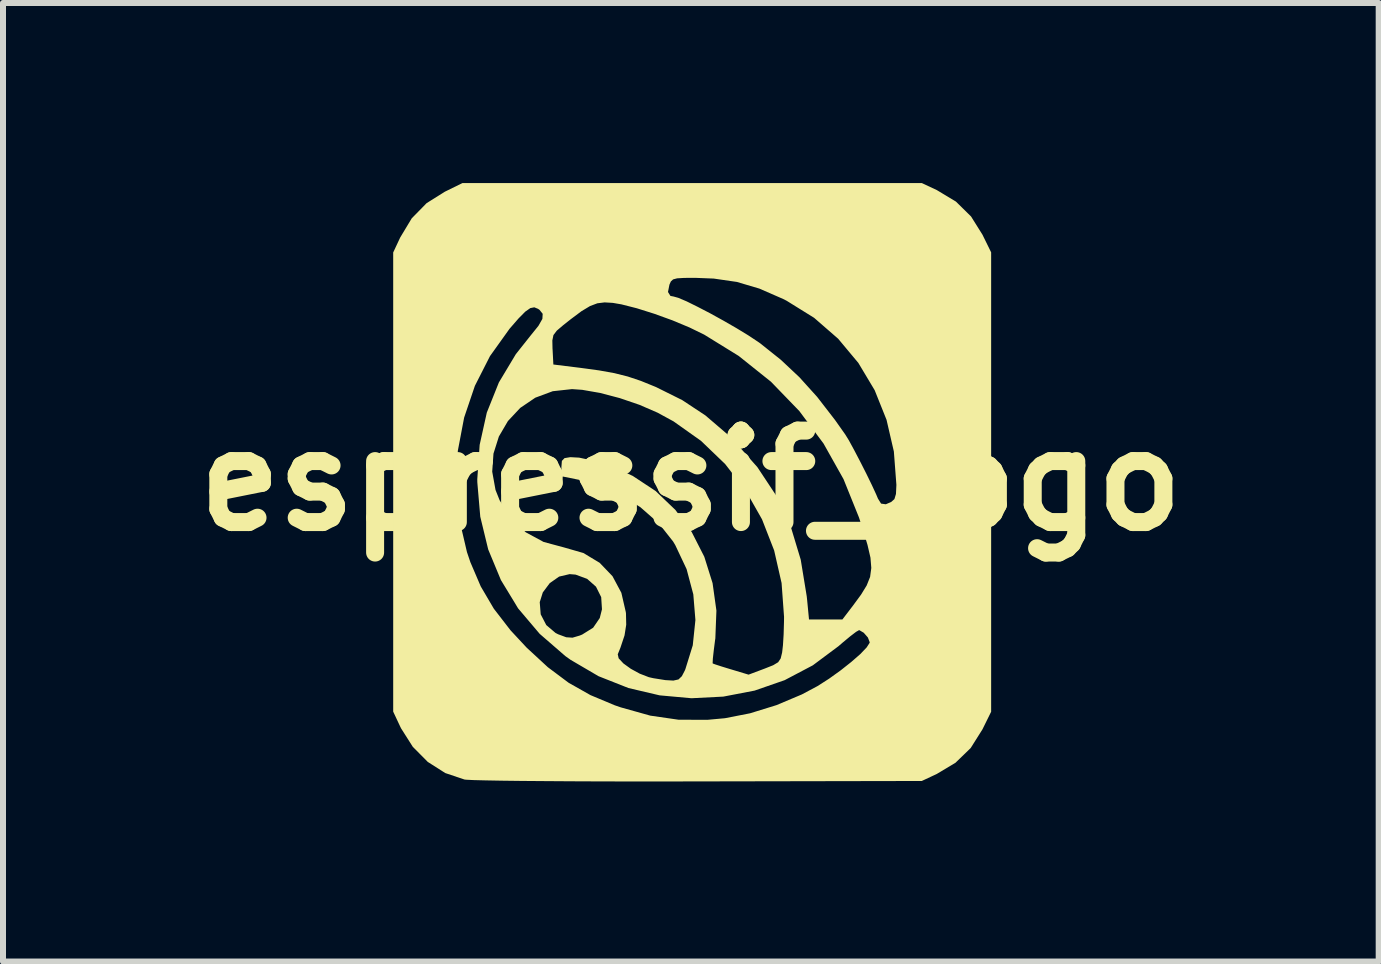
<source format=kicad_pcb>
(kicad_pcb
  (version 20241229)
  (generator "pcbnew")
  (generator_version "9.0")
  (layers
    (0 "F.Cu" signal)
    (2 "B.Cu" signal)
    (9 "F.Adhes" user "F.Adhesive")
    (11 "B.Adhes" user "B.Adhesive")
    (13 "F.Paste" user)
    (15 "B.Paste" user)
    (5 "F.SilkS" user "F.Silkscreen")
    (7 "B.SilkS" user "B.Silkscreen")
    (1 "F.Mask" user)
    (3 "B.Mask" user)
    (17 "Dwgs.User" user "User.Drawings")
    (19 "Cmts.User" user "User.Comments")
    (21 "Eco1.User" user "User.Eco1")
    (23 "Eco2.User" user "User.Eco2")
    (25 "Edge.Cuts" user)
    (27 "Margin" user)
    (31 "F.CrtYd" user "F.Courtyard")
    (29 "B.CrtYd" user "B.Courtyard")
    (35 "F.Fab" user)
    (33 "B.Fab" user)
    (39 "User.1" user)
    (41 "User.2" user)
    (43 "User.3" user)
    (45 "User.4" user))
  (footprint "espressif_logo"
    (layer "F.Cu")
    (at 8.462 4.96)
    (property "Reference" "espressif_logo" (at 0 0 0) (layer "F.SilkS") (effects (font (size 1.524 1.524) (thickness 0.3))))
    (attr board_only exclude_from_pos_files exclude_from_bom)
    (fp_poly (pts (xy 4.098 -4.843) (xy 4.417 -4.651) (xy 4.669 -4.403) (xy 4.859 -4.1) (xy 5.004 -3.805) (xy 5.004 3.85) (xy 4.859 4.144) (xy 4.663 4.455) (xy 4.409 4.701) (xy 4.098 4.887) (xy 3.848 5.004) (xy 0.133 5.011) (xy -0.438 5.012) (xy -0.988 5.012) (xy -1.508 5.011) (xy -1.991 5.009) (xy -2.432 5.006) (xy -2.822 5.003) (xy -3.155 4.999) (xy -3.424 4.994) (xy -3.621 4.989) (xy -3.741 4.983) (xy -3.771 4.98) (xy -4.092 4.872) (xy -4.384 4.686) (xy -4.633 4.435) (xy -4.828 4.128) (xy -4.843 4.098) (xy -4.96 3.848) (xy -4.96 0.067) (xy -3.911 0.067) (xy -3.861 0.633) (xy -3.731 1.189) (xy -3.674 1.358) (xy -3.501 1.762) (xy -3.283 2.133) (xy -3.005 2.493) (xy -2.736 2.782) (xy -2.383 3.108) (xy -2.037 3.367) (xy -1.673 3.573) (xy -1.267 3.743) (xy -1.168 3.777) (xy -0.676 3.915) (xy -0.206 3.983) (xy 0.274 3.985) (xy 0.568 3.958) (xy 0.987 3.876) (xy 1.427 3.74) (xy 1.849 3.562) (xy 2.112 3.422) (xy 2.304 3.299) (xy 2.496 3.161) (xy 2.674 3.02) (xy 2.824 2.889) (xy 2.93 2.778) (xy 2.979 2.702) (xy 2.98 2.691) (xy 2.95 2.613) (xy 2.881 2.534) (xy 2.81 2.492) (xy 2.802 2.491) (xy 2.753 2.519) (xy 2.656 2.593) (xy 2.527 2.7) (xy 2.46 2.758) (xy 2.032 3.077) (xy 1.563 3.324) (xy 1.062 3.498) (xy 0.541 3.598) (xy 0.01 3.625) (xy -0.52 3.577) (xy -1.04 3.455) (xy -1.538 3.258) (xy -2.004 2.985) (xy -2.091 2.923) (xy -2.519 2.552) (xy -2.879 2.127) (xy -2.941 2.024) (xy -2.518 2.024) (xy -2.502 2.227) (xy -2.409 2.406) (xy -2.255 2.537) (xy -2.212 2.559) (xy -2.077 2.609) (xy -1.972 2.616) (xy -1.853 2.581) (xy -1.811 2.564) (xy -1.628 2.45) (xy -1.518 2.289) (xy -1.481 2.143) (xy -1.494 1.94) (xy -1.581 1.766) (xy -1.728 1.636) (xy -1.921 1.565) (xy -2.02 1.557) (xy -2.195 1.598) (xy -2.351 1.707) (xy -2.467 1.862) (xy -2.518 2.024) (xy -2.941 2.024) (xy -3.165 1.656) (xy -3.377 1.145) (xy -3.509 0.6) (xy -3.558 0.029) (xy -3.559 -0.022) (xy -3.55 -0.151) (xy -3.31 -0.151) (xy -3.255 0.154) (xy -3.186 0.327) (xy -2.995 0.63) (xy -2.751 0.86) (xy -2.453 1.021) (xy -2.114 1.112) (xy -1.791 1.205) (xy -1.52 1.368) (xy -1.306 1.591) (xy -1.158 1.868) (xy -1.084 2.189) (xy -1.081 2.212) (xy -1.077 2.4) (xy -1.105 2.578) (xy -1.173 2.782) (xy -1.218 2.893) (xy -1.203 2.96) (xy -1.124 3.045) (xy -1.001 3.134) (xy -0.853 3.215) (xy -0.701 3.274) (xy -0.626 3.291) (xy -0.425 3.323) (xy -0.292 3.331) (xy -0.206 3.312) (xy -0.15 3.258) (xy -0.102 3.166) (xy -0.092 3.143) (xy 0.032 2.743) (xy 0.076 2.322) (xy 0.041 1.894) (xy -0.071 1.473) (xy -0.26 1.073) (xy -0.296 1.013) (xy -0.535 0.71) (xy -0.842 0.441) (xy -1.2 0.22) (xy -1.589 0.057) (xy -1.85 -0.012) (xy -2.157 -0.074) (xy -2.157 -0.226) (xy -2.149 -0.33) (xy -2.105 -0.376) (xy -2.009 -0.392) (xy -1.861 -0.384) (xy -1.659 -0.341) (xy -1.427 -0.272) (xy -1.191 -0.183) (xy -0.976 -0.083) (xy -0.969 -0.08) (xy -0.587 0.172) (xy -0.257 0.488) (xy 0.015 0.857) (xy 0.224 1.267) (xy 0.362 1.707) (xy 0.426 2.165) (xy 0.408 2.63) (xy 0.404 2.654) (xy 0.382 2.826) (xy 0.367 2.961) (xy 0.363 3.037) (xy 0.365 3.046) (xy 0.411 3.063) (xy 0.519 3.098) (xy 0.666 3.143) (xy 0.67 3.144) (xy 0.962 3.232) (xy 1.226 3.133) (xy 1.372 3.075) (xy 1.455 3.025) (xy 1.497 2.962) (xy 1.52 2.867) (xy 1.521 2.863) (xy 1.535 2.741) (xy 1.546 2.561) (xy 1.552 2.355) (xy 1.553 2.269) (xy 1.512 1.706) (xy 1.388 1.162) (xy 1.186 0.644) (xy 0.912 0.161) (xy 0.571 -0.278) (xy 0.169 -0.664) (xy -0.288 -0.988) (xy -0.556 -1.134) (xy -0.856 -1.264) (xy -1.184 -1.376) (xy -1.511 -1.462) (xy -1.81 -1.514) (xy -1.98 -1.526) (xy -2.301 -1.491) (xy -2.592 -1.383) (xy -2.843 -1.213) (xy -3.048 -0.994) (xy -3.199 -0.736) (xy -3.289 -0.451) (xy -3.31 -0.151) (xy -3.55 -0.151) (xy -3.519 -0.598) (xy -3.4 -1.135) (xy -3.199 -1.637) (xy -2.916 -2.109) (xy -2.735 -2.337) (xy -2.308 -2.337) (xy -2.305 -2.195) (xy -2.304 -2.187) (xy -2.291 -1.936) (xy -1.846 -1.881) (xy -1.53 -1.838) (xy -1.274 -1.792) (xy -1.051 -1.736) (xy -0.833 -1.663) (xy -0.592 -1.565) (xy -0.574 -1.557) (xy -0.144 -1.343) (xy 0.242 -1.088) (xy 0.612 -0.771) (xy 0.715 -0.671) (xy 1.109 -0.225) (xy 1.423 0.249) (xy 1.663 0.76) (xy 1.831 1.316) (xy 1.931 1.926) (xy 1.938 1.991) (xy 1.969 2.313) (xy 2.525 2.313) (xy 2.703 2.08) (xy 2.836 1.899) (xy 2.93 1.746) (xy 2.987 1.603) (xy 3.007 1.454) (xy 2.993 1.283) (xy 2.944 1.071) (xy 2.863 0.802) (xy 2.802 0.614) (xy 2.544 -0.026) (xy 2.211 -0.619) (xy 1.807 -1.161) (xy 1.335 -1.649) (xy 0.797 -2.079) (xy 0.222 -2.434) (xy -0.022 -2.553) (xy -0.307 -2.672) (xy -0.608 -2.781) (xy -0.9 -2.873) (xy -1.156 -2.938) (xy -1.301 -2.963) (xy -1.437 -2.971) (xy -1.558 -2.956) (xy -1.68 -2.91) (xy -1.823 -2.824) (xy -2.002 -2.69) (xy -2.126 -2.592) (xy -2.234 -2.5) (xy -2.29 -2.426) (xy -2.308 -2.337) (xy -2.735 -2.337) (xy -2.67 -2.419) (xy -2.54 -2.58) (xy -2.474 -2.696) (xy -2.469 -2.781) (xy -2.522 -2.847) (xy -2.547 -2.864) (xy -2.609 -2.889) (xy -2.675 -2.876) (xy -2.759 -2.817) (xy -2.871 -2.704) (xy -3.024 -2.528) (xy -3.025 -2.526) (xy -3.347 -2.076) (xy -3.599 -1.58) (xy -3.778 -1.051) (xy -3.883 -0.498) (xy -3.911 0.067) (xy -4.96 0.067) (xy -4.96 -3.144) (xy -0.381 -3.144) (xy -0.34 -3.079) (xy -0.288 -3.069) (xy -0.209 -3.047) (xy -0.07 -2.988) (xy 0.112 -2.898) (xy 0.322 -2.789) (xy 0.543 -2.667) (xy 0.76 -2.542) (xy 0.957 -2.422) (xy 1.117 -2.316) (xy 1.157 -2.288) (xy 1.499 -2.015) (xy 1.809 -1.724) (xy 2.105 -1.396) (xy 2.402 -1.012) (xy 2.573 -0.77) (xy 2.634 -0.671) (xy 2.72 -0.513) (xy 2.82 -0.322) (xy 2.923 -0.119) (xy 3.016 0.072) (xy 3.088 0.228) (xy 3.118 0.299) (xy 3.17 0.382) (xy 3.249 0.393) (xy 3.339 0.354) (xy 3.392 0.307) (xy 3.418 0.221) (xy 3.425 0.072) (xy 3.425 0.068) (xy 3.383 -0.486) (xy 3.261 -1.014) (xy 3.063 -1.508) (xy 2.792 -1.961) (xy 2.455 -2.365) (xy 2.054 -2.714) (xy 1.595 -2.999) (xy 1.538 -3.028) (xy 1.142 -3.201) (xy 0.767 -3.312) (xy 0.381 -3.368) (xy 0.077 -3.38) (xy -0.111 -3.379) (xy -0.229 -3.372) (xy -0.296 -3.354) (xy -0.333 -3.32) (xy -0.357 -3.266) (xy -0.381 -3.144) (xy -4.96 -3.144) (xy -4.96 -3.803) (xy -4.843 -4.053) (xy -4.651 -4.372) (xy -4.403 -4.625) (xy -4.1 -4.815) (xy -3.805 -4.96) (xy 3.848 -4.96)) (stroke (width 0) (type solid)) (fill yes) (layer "F.SilkS")))
  (gr_rect
    (start -3 -3)
    (end 19.924 12.972)
    (stroke (width 0.1) (type default))
    (fill no)
    (layer "Edge.Cuts")))
</source>
